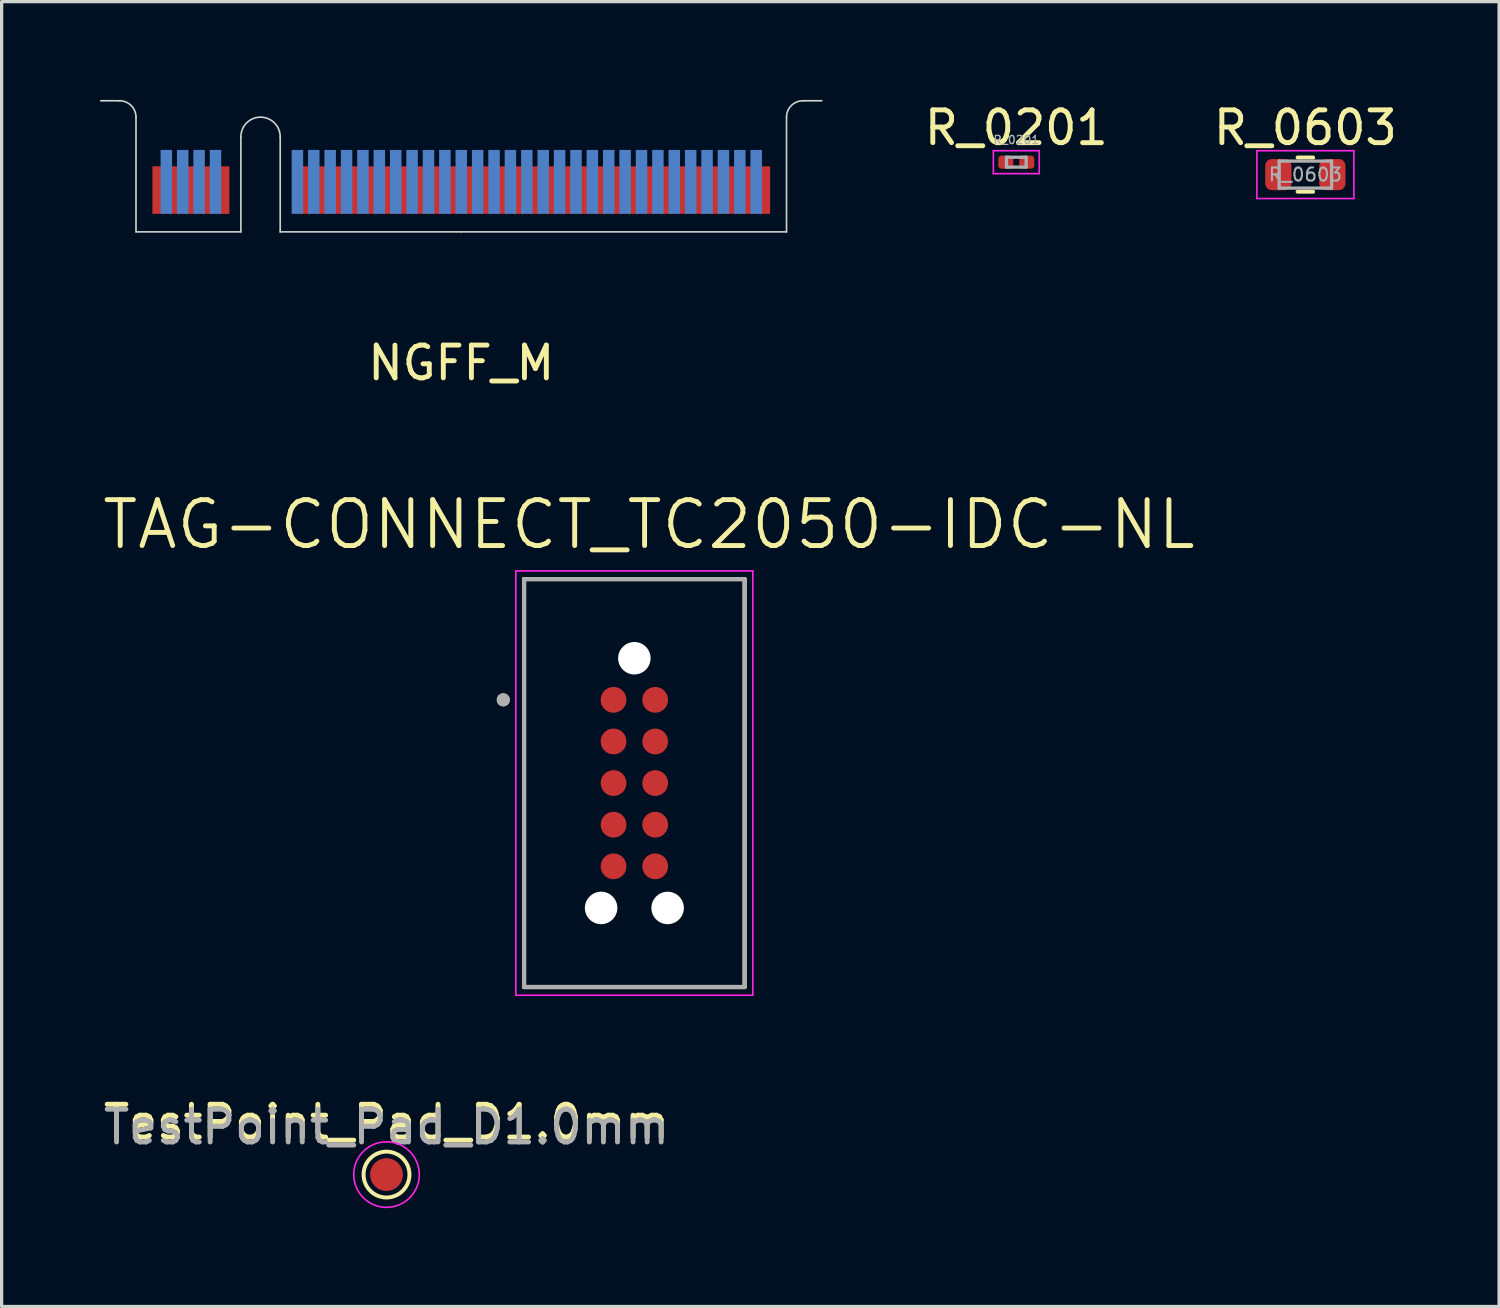
<source format=kicad_pcb>
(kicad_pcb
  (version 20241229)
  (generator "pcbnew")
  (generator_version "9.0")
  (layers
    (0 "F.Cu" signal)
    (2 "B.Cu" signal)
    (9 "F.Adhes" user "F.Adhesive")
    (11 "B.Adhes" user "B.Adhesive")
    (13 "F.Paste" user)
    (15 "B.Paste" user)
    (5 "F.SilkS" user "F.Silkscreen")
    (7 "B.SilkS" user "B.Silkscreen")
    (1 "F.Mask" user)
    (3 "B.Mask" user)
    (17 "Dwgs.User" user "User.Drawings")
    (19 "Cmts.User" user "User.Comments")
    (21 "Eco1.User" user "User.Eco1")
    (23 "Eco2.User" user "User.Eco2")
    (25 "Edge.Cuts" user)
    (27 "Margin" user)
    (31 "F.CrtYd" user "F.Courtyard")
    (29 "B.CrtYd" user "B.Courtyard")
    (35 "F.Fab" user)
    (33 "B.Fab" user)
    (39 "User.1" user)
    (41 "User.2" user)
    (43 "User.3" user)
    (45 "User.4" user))
  (footprint "R_0201"
    (layer "F.Cu")
    (at 27.961 1.898)
    (property "Reference" "R_0201" (at 0 -1.05 0) (layer "F.SilkS") (effects (font (size 1 1) (thickness 0.15))))
    (attr smd)
    (fp_line (start -0.7 -0.35) (end 0.7 -0.35) (stroke (width 0.05) (type solid)) (layer "F.CrtYd"))
    (fp_line (start -0.7 0.35) (end -0.7 -0.35) (stroke (width 0.05) (type solid)) (layer "F.CrtYd"))
    (fp_line (start 0.7 -0.35) (end 0.7 0.35) (stroke (width 0.05) (type solid)) (layer "F.CrtYd"))
    (fp_line (start 0.7 0.35) (end -0.7 0.35) (stroke (width 0.05) (type solid)) (layer "F.CrtYd"))
    (fp_line (start -0.3 -0.15) (end 0.3 -0.15) (stroke (width 0.1) (type solid)) (layer "F.Fab"))
    (fp_line (start -0.3 0.15) (end -0.3 -0.15) (stroke (width 0.1) (type solid)) (layer "F.Fab"))
    (fp_line (start 0.3 -0.15) (end 0.3 0.15) (stroke (width 0.1) (type solid)) (layer "F.Fab"))
    (fp_line (start 0.3 0.15) (end -0.3 0.15) (stroke (width 0.1) (type solid)) (layer "F.Fab"))
    (fp_text user "${REFERENCE}" (at 0 -0.68 0) (layer "F.Fab") (effects (font (size 0.25 0.25) (thickness 0.04))))
    (pad "" smd roundrect (at -0.345 0) (size 0.318 0.36) (layers "F.Paste") (roundrect_rratio 0.25))
    (pad "" smd roundrect (at 0.345 0) (size 0.318 0.36) (layers "F.Paste") (roundrect_rratio 0.25))
    (pad "1" smd roundrect (at -0.32 0) (size 0.46 0.4) (layers "F.Cu" "F.Mask") (roundrect_rratio 0.25))
    (pad "2" smd roundrect (at 0.32 0) (size 0.46 0.4) (layers "F.Cu" "F.Mask") (roundrect_rratio 0.25)))
  (footprint "TAG-CONNECT_TC2050-IDC-NL"
    (layer "F.Cu")
    (at 15.672 18.305)
    (property "Reference" "TAG-CONNECT_TC2050-IDC-NL" (at 1.08 -5.349 0) (layer "F.SilkS") (effects (font (size 1.4 1.4) (thickness 0.15))))
    (attr smd)
    (fp_line (start -2.731 -3.683) (end 4 -3.683) (stroke (width 0.127) (type solid)) (layer "F.SilkS"))
    (fp_line (start -2.731 8.763) (end -2.731 -3.683) (stroke (width 0.127) (type solid)) (layer "F.SilkS"))
    (fp_line (start 4 -3.683) (end 4 8.763) (stroke (width 0.127) (type solid)) (layer "F.SilkS"))
    (fp_line (start 4 8.763) (end -2.731 8.763) (stroke (width 0.127) (type solid)) (layer "F.SilkS"))
    (fp_circle (center -3.365 0) (end -3.265 0) (stroke (width 0.2) (type solid)) (fill no) (layer "F.SilkS"))
    (fp_line (start -2.981 -3.933) (end 4.25 -3.933) (stroke (width 0.05) (type solid)) (layer "F.CrtYd"))
    (fp_line (start -2.981 9.013) (end -2.981 -3.933) (stroke (width 0.05) (type solid)) (layer "F.CrtYd"))
    (fp_line (start 4.25 -3.933) (end 4.25 9.013) (stroke (width 0.05) (type solid)) (layer "F.CrtYd"))
    (fp_line (start 4.25 9.013) (end -2.981 9.013) (stroke (width 0.05) (type solid)) (layer "F.CrtYd"))
    (fp_line (start -2.731 -3.683) (end 4 -3.683) (stroke (width 0.127) (type solid)) (layer "F.Fab"))
    (fp_line (start -2.731 8.763) (end -2.731 -3.683) (stroke (width 0.127) (type solid)) (layer "F.Fab"))
    (fp_line (start 4 -3.683) (end 4 8.763) (stroke (width 0.127) (type solid)) (layer "F.Fab"))
    (fp_line (start 4 8.763) (end -2.731 8.763) (stroke (width 0.127) (type solid)) (layer "F.Fab"))
    (fp_circle (center -3.365 0) (end -3.265 0) (stroke (width 0.2) (type solid)) (fill no) (layer "F.Fab"))
    (pad "" np_thru_hole circle (at -0.38 6.35) (size 0.991 0.991) (drill 0.991) (layers "*.Cu" "*.Mask"))
    (pad "" np_thru_hole circle (at 0.635 -1.27) (size 0.991 0.991) (drill 0.991) (layers "*.Cu" "*.Mask"))
    (pad "" np_thru_hole circle (at 1.65 6.35) (size 0.991 0.991) (drill 0.991) (layers "*.Cu" "*.Mask"))
    (pad "1" smd circle (at 0 0) (size 0.787 0.787) (layers "F.Cu" "F.Mask"))
    (pad "2" smd circle (at 0 1.27) (size 0.787 0.787) (layers "F.Cu" "F.Mask"))
    (pad "3" smd circle (at 0 2.54) (size 0.787 0.787) (layers "F.Cu" "F.Mask"))
    (pad "4" smd circle (at 0 3.81) (size 0.787 0.787) (layers "F.Cu" "F.Mask"))
    (pad "5" smd circle (at 0 5.08) (size 0.787 0.787) (layers "F.Cu" "F.Mask"))
    (pad "6" smd circle (at 1.27 5.08) (size 0.787 0.787) (layers "F.Cu" "F.Mask"))
    (pad "7" smd circle (at 1.27 3.81) (size 0.787 0.787) (layers "F.Cu" "F.Mask"))
    (pad "8" smd circle (at 1.27 2.54) (size 0.787 0.787) (layers "F.Cu" "F.Mask"))
    (pad "9" smd circle (at 1.27 1.27) (size 0.787 0.787) (layers "F.Cu" "F.Mask"))
    (pad "10" smd circle (at 1.27 0) (size 0.787 0.787) (layers "F.Cu" "F.Mask"))
    (zone (net_name "") (layer "F.Cu") (hatch full 0.508) (connect_pads) (min_thickness 0.01) (filled_areas_thickness no) (keepout (tracks not_allowed) (vias not_allowed) (pads not_allowed) (copperpour not_allowed) (footprints allowed)) (placement (enabled no)) (fill) (polygon (pts (xy 15.672 18.305) (xy 16.942 18.305) (xy 16.942 23.384) (xy 15.672 23.384))))
    (zone (net_name "") (layers "F.Cu" "B.Cu") (hatch full 0.508) (connect_pads) (min_thickness 0.01) (filled_areas_thickness no) (keepout (tracks allowed) (vias not_allowed) (pads allowed) (copperpour allowed) (footprints allowed)) (placement (enabled no)) (fill) (polygon (pts (xy 15.672 18.305) (xy 16.942 18.305) (xy 16.942 23.384) (xy 15.672 23.384))))
    (zone (net_name "") (layer "B.Cu") (hatch full 0.508) (connect_pads) (min_thickness 0.01) (filled_areas_thickness no) (keepout (tracks not_allowed) (vias not_allowed) (pads not_allowed) (copperpour not_allowed) (footprints allowed)) (placement (enabled no)) (fill) (polygon (pts (xy 15.672 18.305) (xy 16.942 18.305) (xy 16.942 23.384) (xy 15.672 23.384)))))
  (footprint "NGFF_M"
    (layer "F.Cu")
    (at 11.025 4.025)
    (property "Reference" "NGFF_M" (at 0 4 0) (layer "F.SilkS") (effects (font (size 1 1) (thickness 0.15))))
    (attr through_hole)
    (fp_poly (pts (xy -9.925 0) (xy -6.725 0) (xy -6.725 -2) (xy -9.925 -2)) (stroke (width 0.1) (type solid)) (fill yes) (layer "F.Mask"))
    (fp_poly (pts (xy -5.525 0) (xy 9.925 0) (xy 9.925 -2) (xy -5.525 -2)) (stroke (width 0.1) (type solid)) (fill yes) (layer "F.Mask"))
    (fp_poly (pts (xy -9.925 0) (xy -6.725 0) (xy -6.725 -2.5) (xy -9.925 -2.5)) (stroke (width 0.1) (type solid)) (fill yes) (layer "B.Mask"))
    (fp_poly (pts (xy -5.525 0) (xy 9.925 0) (xy 9.925 -2.5) (xy -5.525 -2.5)) (stroke (width 0.1) (type solid)) (fill yes) (layer "B.Mask"))
    (fp_line (start -11 -4) (end -10.425 -4) (stroke (width 0.05) (type solid)) (layer "Edge.Cuts"))
    (fp_line (start -9.925 -3.5) (end -9.925 0) (stroke (width 0.05) (type solid)) (layer "Edge.Cuts"))
    (fp_line (start -9.925 0) (end -6.725 0) (stroke (width 0.05) (type solid)) (layer "Edge.Cuts"))
    (fp_line (start -6.725 0) (end -6.725 -2.9) (stroke (width 0.05) (type solid)) (layer "Edge.Cuts"))
    (fp_line (start -5.525 -2.9) (end -5.525 0) (stroke (width 0.05) (type solid)) (layer "Edge.Cuts"))
    (fp_line (start -5.525 0) (end 0 0) (stroke (width 0.05) (type solid)) (layer "Edge.Cuts"))
    (fp_line (start 0 0) (end 9.925 0) (stroke (width 0.05) (type solid)) (layer "Edge.Cuts"))
    (fp_line (start 9.925 0) (end 9.925 -3.5) (stroke (width 0.05) (type solid)) (layer "Edge.Cuts"))
    (fp_line (start 10.425 -4) (end 11 -4) (stroke (width 0.05) (type solid)) (layer "Edge.Cuts"))
    (fp_arc (start -10.425 -4) (mid -10.071447 -3.853553) (end -9.925 -3.5) (stroke (width 0.05) (type solid)) (layer "Edge.Cuts"))
    (fp_arc (start -6.725 -2.9) (mid -6.125 -3.5) (end -5.525 -2.9) (stroke (width 0.05) (type solid)) (layer "Edge.Cuts"))
    (fp_arc (start 9.925 -3.5) (mid 10.071447 -3.853553) (end 10.425 -4) (stroke (width 0.05) (type solid)) (layer "Edge.Cuts"))
    (pad "1" smd rect (at 9.25 -1.275) (size 0.35 1.45) (layers "F.Cu"))
    (pad "2" smd rect (at 9 -1.525) (size 0.35 1.95) (layers "B.Cu"))
    (pad "3" smd rect (at 8.75 -1.275) (size 0.35 1.45) (layers "F.Cu"))
    (pad "4" smd rect (at 8.5 -1.525) (size 0.35 1.95) (layers "B.Cu"))
    (pad "5" smd rect (at 8.25 -1.275) (size 0.35 1.45) (layers "F.Cu"))
    (pad "6" smd rect (at 8 -1.525) (size 0.35 1.95) (layers "B.Cu"))
    (pad "7" smd rect (at 7.75 -1.275) (size 0.35 1.45) (layers "F.Cu"))
    (pad "8" smd rect (at 7.5 -1.525) (size 0.35 1.95) (layers "B.Cu"))
    (pad "9" smd rect (at 7.25 -1.275) (size 0.35 1.45) (layers "F.Cu"))
    (pad "10" smd rect (at 7 -1.525) (size 0.35 1.95) (layers "B.Cu"))
    (pad "11" smd rect (at 6.75 -1.275) (size 0.35 1.45) (layers "F.Cu"))
    (pad "12" smd rect (at 6.5 -1.525) (size 0.35 1.95) (layers "B.Cu"))
    (pad "13" smd rect (at 6.25 -1.275) (size 0.35 1.45) (layers "F.Cu"))
    (pad "14" smd rect (at 6 -1.525) (size 0.35 1.95) (layers "B.Cu"))
    (pad "15" smd rect (at 5.75 -1.275) (size 0.35 1.45) (layers "F.Cu"))
    (pad "16" smd rect (at 5.5 -1.525) (size 0.35 1.95) (layers "B.Cu"))
    (pad "17" smd rect (at 5.25 -1.275) (size 0.35 1.45) (layers "F.Cu"))
    (pad "18" smd rect (at 5 -1.525) (size 0.35 1.95) (layers "B.Cu"))
    (pad "19" smd rect (at 4.75 -1.275) (size 0.35 1.45) (layers "F.Cu"))
    (pad "20" smd rect (at 4.5 -1.525) (size 0.35 1.95) (layers "B.Cu"))
    (pad "21" smd rect (at 4.25 -1.275) (size 0.35 1.45) (layers "F.Cu"))
    (pad "22" smd rect (at 4 -1.525) (size 0.35 1.95) (layers "B.Cu"))
    (pad "23" smd rect (at 3.75 -1.275) (size 0.35 1.45) (layers "F.Cu"))
    (pad "24" smd rect (at 3.5 -1.525) (size 0.35 1.95) (layers "B.Cu"))
    (pad "25" smd rect (at 3.25 -1.275) (size 0.35 1.45) (layers "F.Cu"))
    (pad "26" smd rect (at 3 -1.525) (size 0.35 1.95) (layers "B.Cu"))
    (pad "27" smd rect (at 2.75 -1.275) (size 0.35 1.45) (layers "F.Cu"))
    (pad "28" smd rect (at 2.5 -1.525) (size 0.35 1.95) (layers "B.Cu"))
    (pad "29" smd rect (at 2.25 -1.275) (size 0.35 1.45) (layers "F.Cu"))
    (pad "30" smd rect (at 2 -1.525) (size 0.35 1.95) (layers "B.Cu"))
    (pad "31" smd rect (at 1.75 -1.275) (size 0.35 1.45) (layers "F.Cu"))
    (pad "32" smd rect (at 1.5 -1.525) (size 0.35 1.95) (layers "B.Cu"))
    (pad "33" smd rect (at 1.25 -1.275) (size 0.35 1.45) (layers "F.Cu"))
    (pad "34" smd rect (at 1 -1.525) (size 0.35 1.95) (layers "B.Cu"))
    (pad "35" smd rect (at 0.75 -1.275) (size 0.35 1.45) (layers "F.Cu"))
    (pad "36" smd rect (at 0.5 -1.525) (size 0.35 1.95) (layers "B.Cu"))
    (pad "37" smd rect (at 0.25 -1.275) (size 0.35 1.45) (layers "F.Cu"))
    (pad "38" smd rect (at 0 -1.525) (size 0.35 1.95) (layers "B.Cu"))
    (pad "39" smd rect (at -0.25 -1.275) (size 0.35 1.45) (layers "F.Cu"))
    (pad "40" smd rect (at -0.5 -1.525) (size 0.35 1.95) (layers "B.Cu"))
    (pad "41" smd rect (at -0.75 -1.275) (size 0.35 1.45) (layers "F.Cu"))
    (pad "42" smd rect (at -1 -1.525) (size 0.35 1.95) (layers "B.Cu"))
    (pad "43" smd rect (at -1.25 -1.275) (size 0.35 1.45) (layers "F.Cu"))
    (pad "44" smd rect (at -1.5 -1.525) (size 0.35 1.95) (layers "B.Cu"))
    (pad "45" smd rect (at -1.75 -1.275) (size 0.35 1.45) (layers "F.Cu"))
    (pad "46" smd rect (at -2 -1.525) (size 0.35 1.95) (layers "B.Cu"))
    (pad "47" smd rect (at -2.25 -1.275) (size 0.35 1.45) (layers "F.Cu"))
    (pad "48" smd rect (at -2.5 -1.525) (size 0.35 1.95) (layers "B.Cu"))
    (pad "49" smd rect (at -2.75 -1.275) (size 0.35 1.45) (layers "F.Cu"))
    (pad "50" smd rect (at -3 -1.525) (size 0.35 1.95) (layers "B.Cu"))
    (pad "51" smd rect (at -3.25 -1.275) (size 0.35 1.45) (layers "F.Cu"))
    (pad "52" smd rect (at -3.5 -1.525) (size 0.35 1.95) (layers "B.Cu"))
    (pad "53" smd rect (at -3.75 -1.275) (size 0.35 1.45) (layers "F.Cu"))
    (pad "54" smd rect (at -4 -1.525) (size 0.35 1.95) (layers "B.Cu"))
    (pad "55" smd rect (at -4.25 -1.275) (size 0.35 1.45) (layers "F.Cu"))
    (pad "56" smd rect (at -4.5 -1.525) (size 0.35 1.95) (layers "B.Cu"))
    (pad "57" smd rect (at -4.75 -1.275) (size 0.35 1.45) (layers "F.Cu"))
    (pad "58" smd rect (at -5 -1.525) (size 0.35 1.95) (layers "B.Cu"))
    (pad "67" smd rect (at -7.25 -1.275) (size 0.35 1.45) (layers "F.Cu"))
    (pad "68" smd rect (at -7.5 -1.525) (size 0.35 1.95) (layers "B.Cu"))
    (pad "69" smd rect (at -7.75 -1.275) (size 0.35 1.45) (layers "F.Cu"))
    (pad "70" smd rect (at -8 -1.525) (size 0.35 1.95) (layers "B.Cu"))
    (pad "71" smd rect (at -8.25 -1.275) (size 0.35 1.45) (layers "F.Cu"))
    (pad "72" smd rect (at -8.5 -1.525) (size 0.35 1.95) (layers "B.Cu"))
    (pad "73" smd rect (at -8.75 -1.275) (size 0.35 1.45) (layers "F.Cu"))
    (pad "74" smd rect (at -9 -1.525) (size 0.35 1.95) (layers "B.Cu"))
    (pad "75" smd rect (at -9.25 -1.275) (size 0.35 1.45) (layers "F.Cu")))
  (footprint "R_0603"
    (layer "F.Cu")
    (at 36.782 2.278)
    (property "Reference" "R_0603" (at 0 -1.43 0) (layer "F.SilkS") (effects (font (size 1 1) (thickness 0.15))))
    (attr smd)
    (fp_line (start -0.237 -0.522) (end 0.237 -0.522) (stroke (width 0.12) (type solid)) (layer "F.SilkS"))
    (fp_line (start -0.237 0.522) (end 0.237 0.522) (stroke (width 0.12) (type solid)) (layer "F.SilkS"))
    (fp_line (start -1.48 -0.73) (end 1.48 -0.73) (stroke (width 0.05) (type solid)) (layer "F.CrtYd"))
    (fp_line (start -1.48 0.73) (end -1.48 -0.73) (stroke (width 0.05) (type solid)) (layer "F.CrtYd"))
    (fp_line (start 1.48 -0.73) (end 1.48 0.73) (stroke (width 0.05) (type solid)) (layer "F.CrtYd"))
    (fp_line (start 1.48 0.73) (end -1.48 0.73) (stroke (width 0.05) (type solid)) (layer "F.CrtYd"))
    (fp_line (start -0.8 -0.412) (end 0.8 -0.412) (stroke (width 0.1) (type solid)) (layer "F.Fab"))
    (fp_line (start -0.8 0.412) (end -0.8 -0.412) (stroke (width 0.1) (type solid)) (layer "F.Fab"))
    (fp_line (start 0.8 -0.412) (end 0.8 0.412) (stroke (width 0.1) (type solid)) (layer "F.Fab"))
    (fp_line (start 0.8 0.412) (end -0.8 0.412) (stroke (width 0.1) (type solid)) (layer "F.Fab"))
    (fp_text user "${REFERENCE}" (at 0 0 0) (layer "F.Fab") (effects (font (size 0.4 0.4) (thickness 0.06))))
    (pad "1" smd roundrect (at -0.825 0) (size 0.8 0.95) (layers "F.Cu" "F.Mask" "F.Paste") (roundrect_rratio 0.25))
    (pad "2" smd roundrect (at 0.825 0) (size 0.8 0.95) (layers "F.Cu" "F.Mask" "F.Paste") (roundrect_rratio 0.25)))
  (footprint "TestPoint_Pad_D1.0mm"
    (layer "F.Cu")
    (at 8.744 32.791)
    (property "Reference" "TestPoint_Pad_D1.0mm" (at 0 -1.6 0) (layer "F.SilkS") (effects (font (size 1 1) (thickness 0.15))))
    (attr exclude_from_pos_files exclude_from_bom)
    (fp_circle (center 0 0) (end 0 0.7) (stroke (width 0.12) (type solid)) (fill no) (layer "F.SilkS"))
    (fp_circle (center 0 0) (end 1 0) (stroke (width 0.05) (type solid)) (fill no) (layer "F.CrtYd"))
    (fp_text user "${REFERENCE}" (at 0 -1.45 0) (layer "F.Fab") (effects (font (size 1 1) (thickness 0.15))))
    (pad "1" smd circle (at 0 0) (size 1 1) (layers "F.Cu" "F.Mask")))
  (gr_rect
    (start -3 -3)
    (end 42.693 36.816)
    (stroke (width 0.1) (type default))
    (fill no)
    (layer "Edge.Cuts")))
</source>
